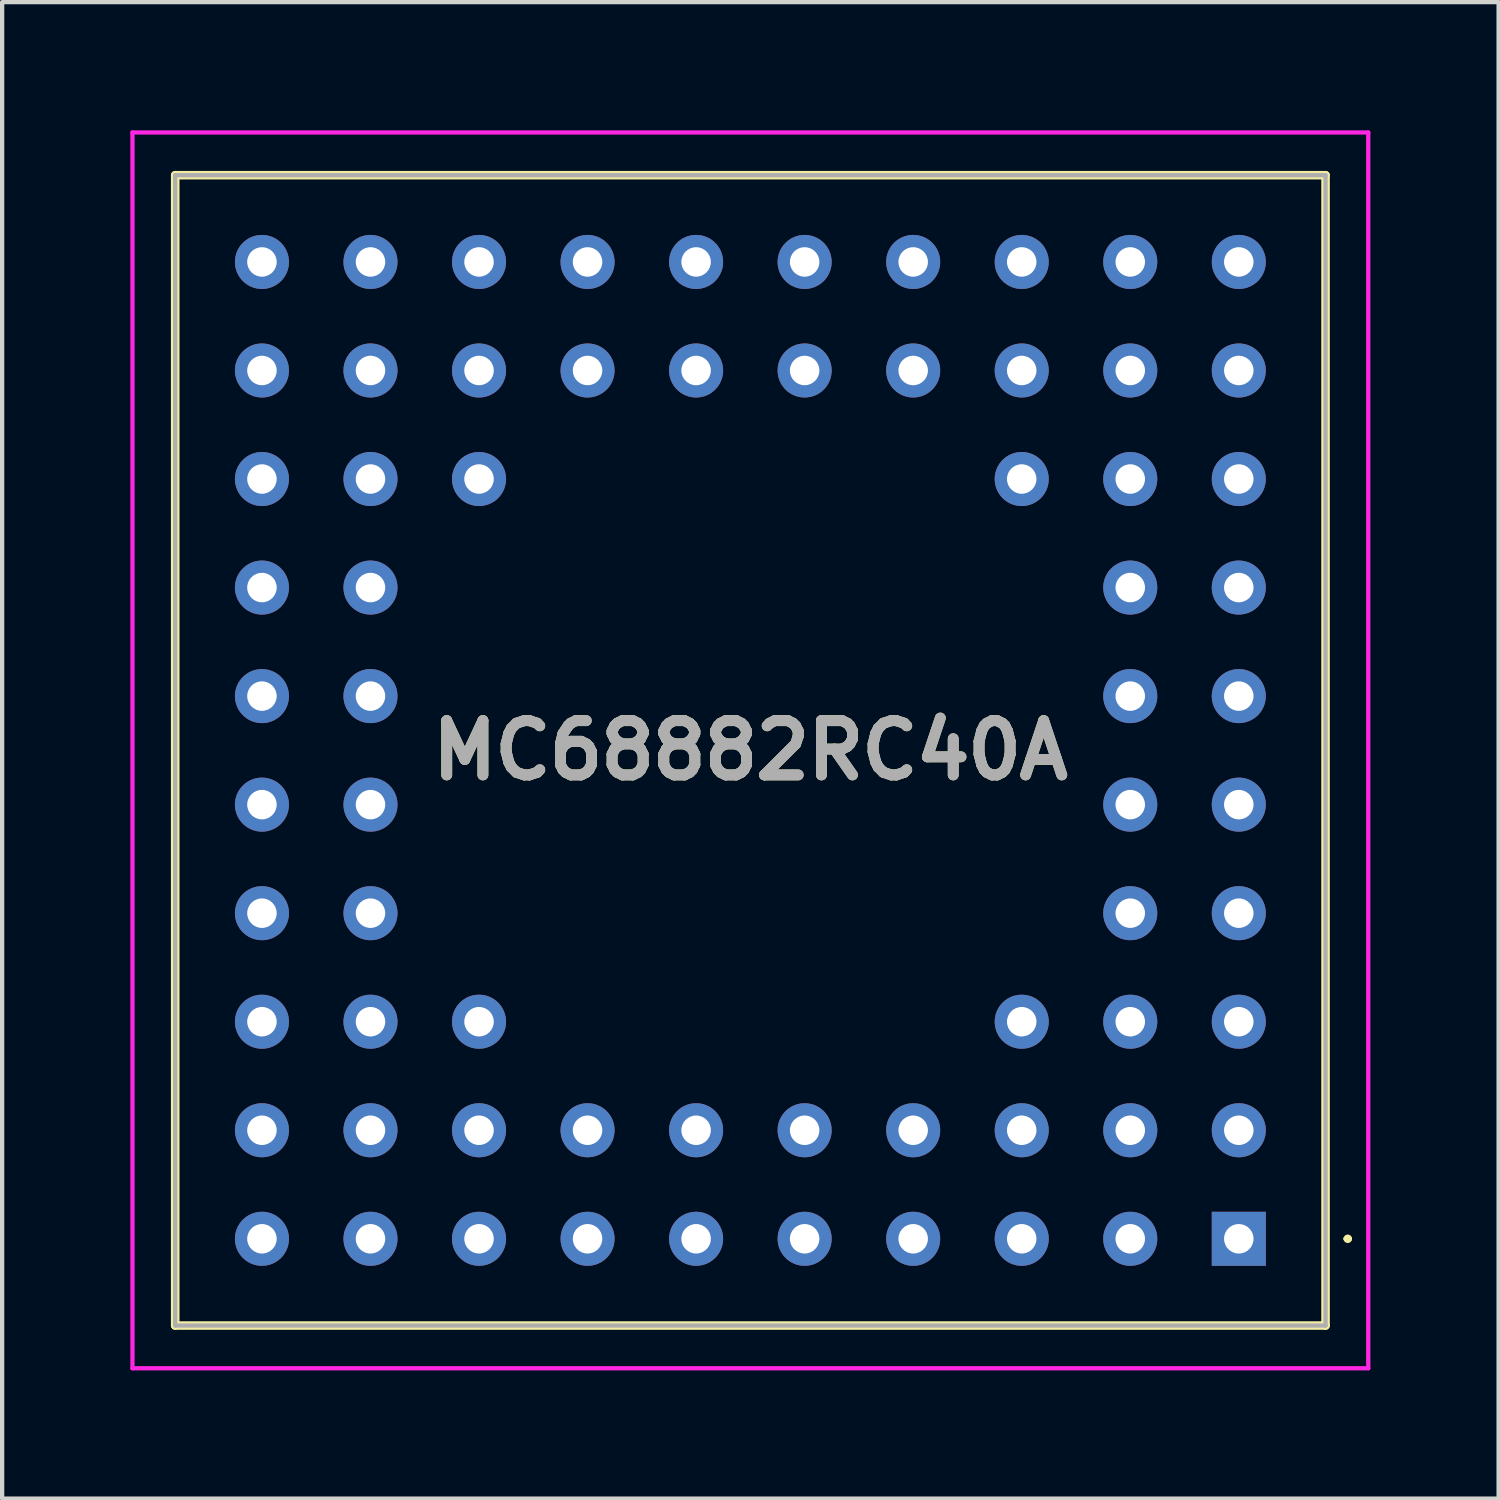
<source format=kicad_pcb>
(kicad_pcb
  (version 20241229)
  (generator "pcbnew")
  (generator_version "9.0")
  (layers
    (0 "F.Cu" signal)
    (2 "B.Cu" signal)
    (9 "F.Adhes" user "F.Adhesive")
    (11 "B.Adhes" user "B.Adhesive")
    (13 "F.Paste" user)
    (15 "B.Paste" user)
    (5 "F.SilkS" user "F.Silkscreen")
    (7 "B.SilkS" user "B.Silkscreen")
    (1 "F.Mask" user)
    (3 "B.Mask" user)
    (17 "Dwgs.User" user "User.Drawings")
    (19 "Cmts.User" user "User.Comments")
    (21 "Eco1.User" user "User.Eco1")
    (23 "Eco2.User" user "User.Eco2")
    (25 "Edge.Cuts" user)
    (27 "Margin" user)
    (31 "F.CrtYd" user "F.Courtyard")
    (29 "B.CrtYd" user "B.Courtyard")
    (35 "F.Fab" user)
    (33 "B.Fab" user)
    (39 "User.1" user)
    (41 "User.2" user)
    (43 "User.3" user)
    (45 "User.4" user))
  (footprint "MC68882RC40A"
    (layer "F.Cu")
    (at 25.94 25.94)
    (property "Reference" "MC68882RC40A" (at -11.43 -11.43 0) (layer "F.SilkS") (effects (font (size 1.27 1.27) (thickness 0.254))))
    (attr through_hole)
    (fp_line (start -24.89 -24.89) (end 2.03 -24.89) (stroke (width 0.2) (type solid)) (layer "F.SilkS"))
    (fp_line (start -24.89 2.03) (end -24.89 -24.89) (stroke (width 0.2) (type solid)) (layer "F.SilkS"))
    (fp_line (start 2.03 -24.89) (end 2.03 2.03) (stroke (width 0.2) (type solid)) (layer "F.SilkS"))
    (fp_line (start 2.03 2.03) (end -24.89 2.03) (stroke (width 0.2) (type solid)) (layer "F.SilkS"))
    (fp_line (start 2.5 0) (end 2.5 0) (stroke (width 0.1) (type solid)) (layer "F.SilkS"))
    (fp_line (start 2.6 0) (end 2.6 0) (stroke (width 0.1) (type solid)) (layer "F.SilkS"))
    (fp_arc (start 2.5 0) (mid 2.55 -0.05) (end 2.6 0) (stroke (width 0.1) (type solid)) (layer "F.SilkS"))
    (fp_arc (start 2.6 0) (mid 2.55 0.05) (end 2.5 0) (stroke (width 0.1) (type solid)) (layer "F.SilkS"))
    (fp_line (start -25.89 -25.89) (end 3.03 -25.89) (stroke (width 0.1) (type solid)) (layer "F.CrtYd"))
    (fp_line (start -25.89 3.03) (end -25.89 -25.89) (stroke (width 0.1) (type solid)) (layer "F.CrtYd"))
    (fp_line (start 3.03 -25.89) (end 3.03 3.03) (stroke (width 0.1) (type solid)) (layer "F.CrtYd"))
    (fp_line (start 3.03 3.03) (end -25.89 3.03) (stroke (width 0.1) (type solid)) (layer "F.CrtYd"))
    (fp_line (start -24.89 -24.89) (end 2.03 -24.89) (stroke (width 0.1) (type solid)) (layer "F.Fab"))
    (fp_line (start -24.89 2.03) (end -24.89 -24.89) (stroke (width 0.1) (type solid)) (layer "F.Fab"))
    (fp_line (start 2.03 -24.89) (end 2.03 2.03) (stroke (width 0.1) (type solid)) (layer "F.Fab"))
    (fp_line (start 2.03 2.03) (end -24.89 2.03) (stroke (width 0.1) (type solid)) (layer "F.Fab"))
    (fp_text user "${REFERENCE}" (at -11.43 -11.43 0) (layer "F.Fab") (effects (font (size 1.27 1.27) (thickness 0.254))))
    (pad "A1" thru_hole rect (at 0 0) (size 1.265 1.265) (drill 0.69) (layers "*.Cu" "*.Mask"))
    (pad "A2" thru_hole circle (at -2.54 0) (size 1.265 1.265) (drill 0.69) (layers "*.Cu" "*.Mask"))
    (pad "A3" thru_hole circle (at -5.08 0) (size 1.265 1.265) (drill 0.69) (layers "*.Cu" "*.Mask"))
    (pad "A4" thru_hole circle (at -7.62 0) (size 1.265 1.265) (drill 0.69) (layers "*.Cu" "*.Mask"))
    (pad "A5" thru_hole circle (at -10.16 0) (size 1.265 1.265) (drill 0.69) (layers "*.Cu" "*.Mask"))
    (pad "A6" thru_hole circle (at -12.7 0) (size 1.265 1.265) (drill 0.69) (layers "*.Cu" "*.Mask"))
    (pad "A7" thru_hole circle (at -15.24 0) (size 1.265 1.265) (drill 0.69) (layers "*.Cu" "*.Mask"))
    (pad "A8" thru_hole circle (at -17.78 0) (size 1.265 1.265) (drill 0.69) (layers "*.Cu" "*.Mask"))
    (pad "A9" thru_hole circle (at -20.32 0) (size 1.265 1.265) (drill 0.69) (layers "*.Cu" "*.Mask"))
    (pad "A10" thru_hole circle (at -22.86 0) (size 1.265 1.265) (drill 0.69) (layers "*.Cu" "*.Mask"))
    (pad "B1" thru_hole circle (at 0 -2.54) (size 1.265 1.265) (drill 0.69) (layers "*.Cu" "*.Mask"))
    (pad "B2" thru_hole circle (at -2.54 -2.54) (size 1.265 1.265) (drill 0.69) (layers "*.Cu" "*.Mask"))
    (pad "B3" thru_hole circle (at -5.08 -2.54) (size 1.265 1.265) (drill 0.69) (layers "*.Cu" "*.Mask"))
    (pad "B4" thru_hole circle (at -7.62 -2.54) (size 1.265 1.265) (drill 0.69) (layers "*.Cu" "*.Mask"))
    (pad "B5" thru_hole circle (at -10.16 -2.54) (size 1.265 1.265) (drill 0.69) (layers "*.Cu" "*.Mask"))
    (pad "B6" thru_hole circle (at -12.7 -2.54) (size 1.265 1.265) (drill 0.69) (layers "*.Cu" "*.Mask"))
    (pad "B7" thru_hole circle (at -15.24 -2.54) (size 1.265 1.265) (drill 0.69) (layers "*.Cu" "*.Mask"))
    (pad "B8" thru_hole circle (at -17.78 -2.54) (size 1.265 1.265) (drill 0.69) (layers "*.Cu" "*.Mask"))
    (pad "B9" thru_hole circle (at -20.32 -2.54) (size 1.265 1.265) (drill 0.69) (layers "*.Cu" "*.Mask"))
    (pad "B10" thru_hole circle (at -22.86 -2.54) (size 1.265 1.265) (drill 0.69) (layers "*.Cu" "*.Mask"))
    (pad "C1" thru_hole circle (at 0 -5.08) (size 1.265 1.265) (drill 0.69) (layers "*.Cu" "*.Mask"))
    (pad "C2" thru_hole circle (at -2.54 -5.08) (size 1.265 1.265) (drill 0.69) (layers "*.Cu" "*.Mask"))
    (pad "C3" thru_hole circle (at -5.08 -5.08) (size 1.265 1.265) (drill 0.69) (layers "*.Cu" "*.Mask"))
    (pad "C8" thru_hole circle (at -17.78 -5.08) (size 1.265 1.265) (drill 0.69) (layers "*.Cu" "*.Mask"))
    (pad "C9" thru_hole circle (at -20.32 -5.08) (size 1.265 1.265) (drill 0.69) (layers "*.Cu" "*.Mask"))
    (pad "C10" thru_hole circle (at -22.86 -5.08) (size 1.265 1.265) (drill 0.69) (layers "*.Cu" "*.Mask"))
    (pad "D1" thru_hole circle (at 0 -7.62) (size 1.265 1.265) (drill 0.69) (layers "*.Cu" "*.Mask"))
    (pad "D2" thru_hole circle (at -2.54 -7.62) (size 1.265 1.265) (drill 0.69) (layers "*.Cu" "*.Mask"))
    (pad "D9" thru_hole circle (at -20.32 -7.62) (size 1.265 1.265) (drill 0.69) (layers "*.Cu" "*.Mask"))
    (pad "D10" thru_hole circle (at -22.86 -7.62) (size 1.265 1.265) (drill 0.69) (layers "*.Cu" "*.Mask"))
    (pad "E1" thru_hole circle (at 0 -10.16) (size 1.265 1.265) (drill 0.69) (layers "*.Cu" "*.Mask"))
    (pad "E2" thru_hole circle (at -2.54 -10.16) (size 1.265 1.265) (drill 0.69) (layers "*.Cu" "*.Mask"))
    (pad "E9" thru_hole circle (at -20.32 -10.16) (size 1.265 1.265) (drill 0.69) (layers "*.Cu" "*.Mask"))
    (pad "E10" thru_hole circle (at -22.86 -10.16) (size 1.265 1.265) (drill 0.69) (layers "*.Cu" "*.Mask"))
    (pad "F1" thru_hole circle (at 0 -12.7) (size 1.265 1.265) (drill 0.69) (layers "*.Cu" "*.Mask"))
    (pad "F2" thru_hole circle (at -2.54 -12.7) (size 1.265 1.265) (drill 0.69) (layers "*.Cu" "*.Mask"))
    (pad "F9" thru_hole circle (at -20.32 -12.7) (size 1.265 1.265) (drill 0.69) (layers "*.Cu" "*.Mask"))
    (pad "F10" thru_hole circle (at -22.86 -12.7) (size 1.265 1.265) (drill 0.69) (layers "*.Cu" "*.Mask"))
    (pad "G1" thru_hole circle (at 0 -15.24) (size 1.265 1.265) (drill 0.69) (layers "*.Cu" "*.Mask"))
    (pad "G2" thru_hole circle (at -2.54 -15.24) (size 1.265 1.265) (drill 0.69) (layers "*.Cu" "*.Mask"))
    (pad "G9" thru_hole circle (at -20.32 -15.24) (size 1.265 1.265) (drill 0.69) (layers "*.Cu" "*.Mask"))
    (pad "G10" thru_hole circle (at -22.86 -15.24) (size 1.265 1.265) (drill 0.69) (layers "*.Cu" "*.Mask"))
    (pad "H1" thru_hole circle (at 0 -17.78) (size 1.265 1.265) (drill 0.69) (layers "*.Cu" "*.Mask"))
    (pad "H2" thru_hole circle (at -2.54 -17.78) (size 1.265 1.265) (drill 0.69) (layers "*.Cu" "*.Mask"))
    (pad "H3" thru_hole circle (at -5.08 -17.78) (size 1.265 1.265) (drill 0.69) (layers "*.Cu" "*.Mask"))
    (pad "H8" thru_hole circle (at -17.78 -17.78) (size 1.265 1.265) (drill 0.69) (layers "*.Cu" "*.Mask"))
    (pad "H9" thru_hole circle (at -20.32 -17.78) (size 1.265 1.265) (drill 0.69) (layers "*.Cu" "*.Mask"))
    (pad "H10" thru_hole circle (at -22.86 -17.78) (size 1.265 1.265) (drill 0.69) (layers "*.Cu" "*.Mask"))
    (pad "J1" thru_hole circle (at 0 -20.32) (size 1.265 1.265) (drill 0.69) (layers "*.Cu" "*.Mask"))
    (pad "J2" thru_hole circle (at -2.54 -20.32) (size 1.265 1.265) (drill 0.69) (layers "*.Cu" "*.Mask"))
    (pad "J3" thru_hole circle (at -5.08 -20.32) (size 1.265 1.265) (drill 0.69) (layers "*.Cu" "*.Mask"))
    (pad "J4" thru_hole circle (at -7.62 -20.32) (size 1.265 1.265) (drill 0.69) (layers "*.Cu" "*.Mask"))
    (pad "J5" thru_hole circle (at -10.16 -20.32) (size 1.265 1.265) (drill 0.69) (layers "*.Cu" "*.Mask"))
    (pad "J6" thru_hole circle (at -12.7 -20.32) (size 1.265 1.265) (drill 0.69) (layers "*.Cu" "*.Mask"))
    (pad "J7" thru_hole circle (at -15.24 -20.32) (size 1.265 1.265) (drill 0.69) (layers "*.Cu" "*.Mask"))
    (pad "J8" thru_hole circle (at -17.78 -20.32) (size 1.265 1.265) (drill 0.69) (layers "*.Cu" "*.Mask"))
    (pad "J9" thru_hole circle (at -20.32 -20.32) (size 1.265 1.265) (drill 0.69) (layers "*.Cu" "*.Mask"))
    (pad "J10" thru_hole circle (at -22.86 -20.32) (size 1.265 1.265) (drill 0.69) (layers "*.Cu" "*.Mask"))
    (pad "K1" thru_hole circle (at 0 -22.86) (size 1.265 1.265) (drill 0.69) (layers "*.Cu" "*.Mask"))
    (pad "K2" thru_hole circle (at -2.54 -22.86) (size 1.265 1.265) (drill 0.69) (layers "*.Cu" "*.Mask"))
    (pad "K3" thru_hole circle (at -5.08 -22.86) (size 1.265 1.265) (drill 0.69) (layers "*.Cu" "*.Mask"))
    (pad "K4" thru_hole circle (at -7.62 -22.86) (size 1.265 1.265) (drill 0.69) (layers "*.Cu" "*.Mask"))
    (pad "K5" thru_hole circle (at -10.16 -22.86) (size 1.265 1.265) (drill 0.69) (layers "*.Cu" "*.Mask"))
    (pad "K6" thru_hole circle (at -12.7 -22.86) (size 1.265 1.265) (drill 0.69) (layers "*.Cu" "*.Mask"))
    (pad "K7" thru_hole circle (at -15.24 -22.86) (size 1.265 1.265) (drill 0.69) (layers "*.Cu" "*.Mask"))
    (pad "K8" thru_hole circle (at -17.78 -22.86) (size 1.265 1.265) (drill 0.69) (layers "*.Cu" "*.Mask"))
    (pad "K9" thru_hole circle (at -20.32 -22.86) (size 1.265 1.265) (drill 0.69) (layers "*.Cu" "*.Mask"))
    (pad "K10" thru_hole circle (at -22.86 -22.86) (size 1.265 1.265) (drill 0.69) (layers "*.Cu" "*.Mask")))
  (gr_rect
    (start -3 -3)
    (end 32.02 32.02)
    (stroke (width 0.1) (type default))
    (fill no)
    (layer "Edge.Cuts")))
</source>
